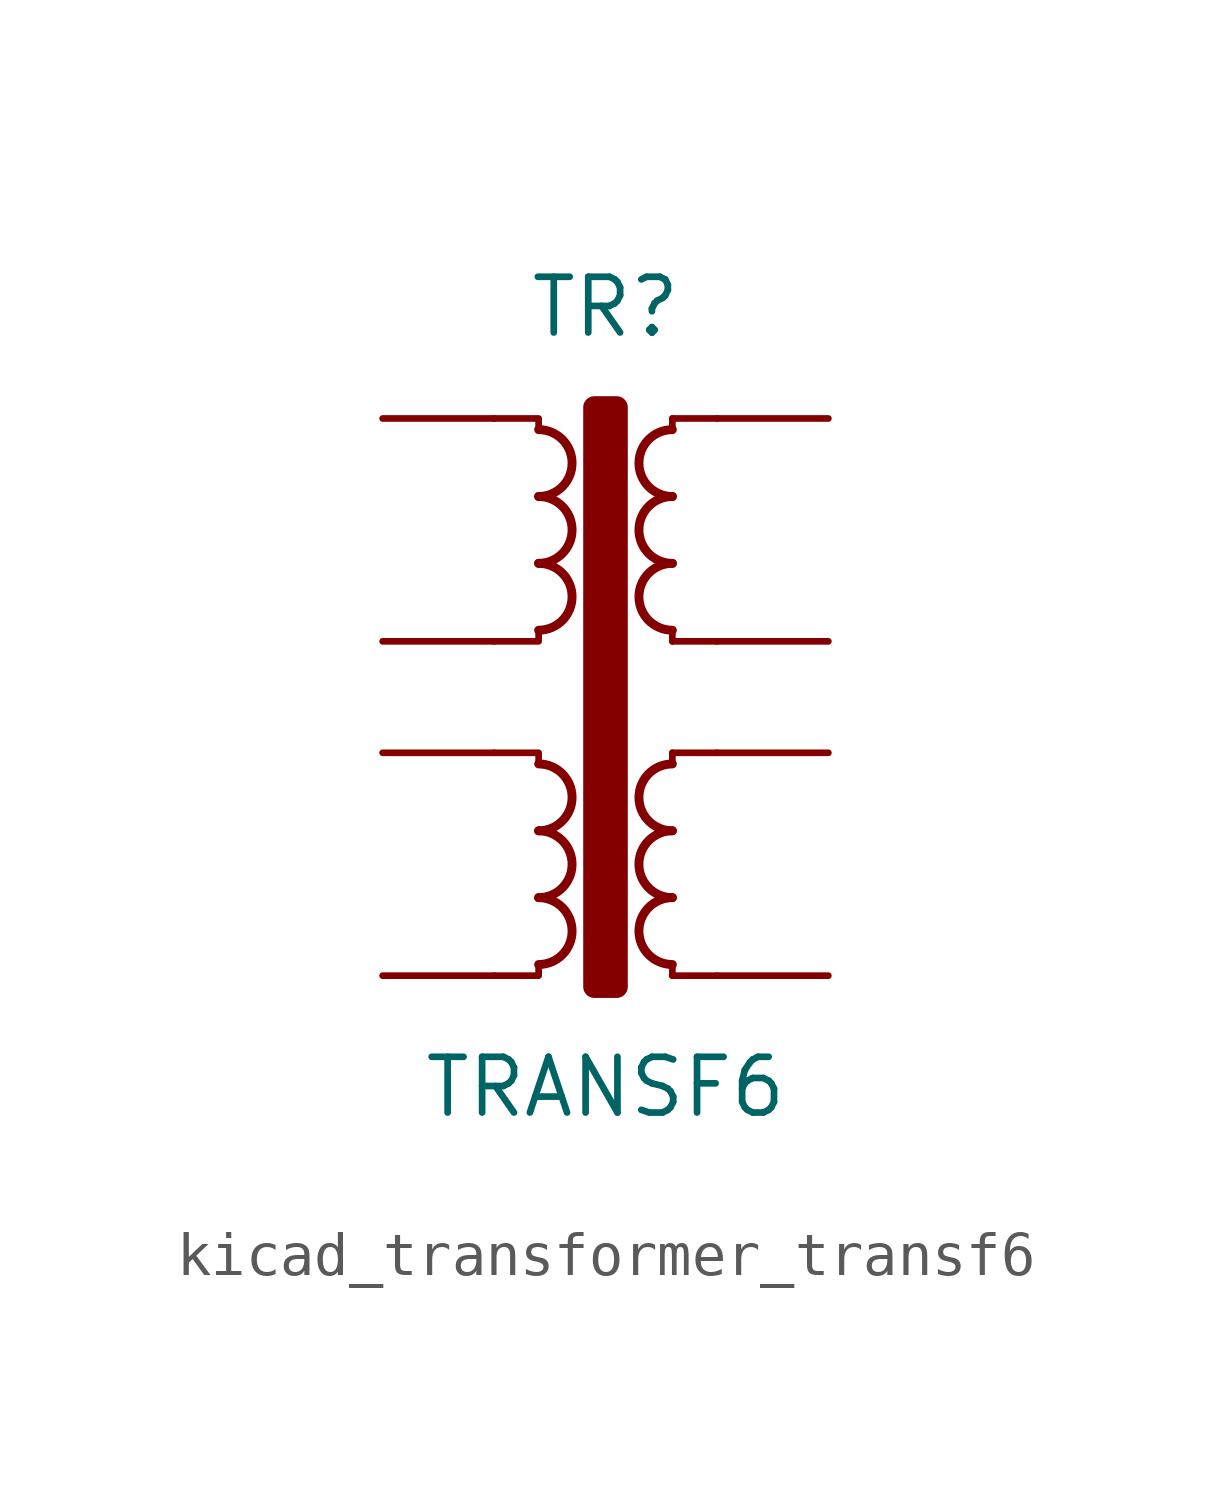
<source format=kicad_sym>
(kicad_symbol_lib
  (version 20220914)
  (generator kicad_symbol_editor)
  (symbol "kicad_transformer_transf6"
    (pin_numbers hide)
    (pin_names
      (offset 0))
    (property "Reference" "TR"
      (at 0 10.16 0)
      (effects (font (size 1.27 1.27))))
    (property "Value" "TRANSF6"
      (at 0 -7.62 0)
      (effects (font (size 1.27 1.27))))
    (symbol "kicad_transformer_transf6_0_1"
      (arc (start -1.524 -4.826) (mid -0.7653 -4.064) (end -1.524 -3.302) (stroke (width 0.2032) (type default)) (fill (type none)))
      (arc (start -1.524 -3.302) (mid -0.7653 -2.54) (end -1.524 -1.778) (stroke (width 0.2032) (type default)) (fill (type none)))
      (arc (start -1.524 -1.778) (mid -0.7653 -1.016) (end -1.524 -0.254) (stroke (width 0.2032) (type default)) (fill (type none)))
      (arc (start -1.524 2.794) (mid -0.7653 3.556) (end -1.524 4.318) (stroke (width 0.2032) (type default)) (fill (type none)))
      (arc (start -1.524 4.318) (mid -0.7653 5.08) (end -1.524 5.842) (stroke (width 0.2032) (type default)) (fill (type none)))
      (arc (start -1.524 5.842) (mid -0.7653 6.604) (end -1.524 7.366) (stroke (width 0.2032) (type default)) (fill (type none)))
      (rectangle (start -0.254 7.874) (end 0.254 -5.334) (stroke (width 0.508) (type default)) (fill (type outline)))
      (polyline (pts (xy 1.524 -4.826) (xy 1.524 -5.08) (xy 1.524 -5.08)) (stroke (width 0) (type default)) (fill (type outline)))
      (polyline (pts (xy 1.524 0) (xy 1.524 -0.254) (xy 1.524 -0.254)) (stroke (width 0) (type default)) (fill (type outline)))
      (polyline (pts (xy 1.524 0) (xy 2.54 0) (xy 2.54 0)) (stroke (width 0) (type default)) (fill (type none)))
      (polyline (pts (xy 1.524 2.54) (xy 1.524 2.794) (xy 1.524 2.794)) (stroke (width 0) (type default)) (fill (type outline)))
      (polyline (pts (xy 1.524 2.54) (xy 2.54 2.54) (xy 2.54 2.54)) (stroke (width 0) (type default)) (fill (type none)))
      (polyline (pts (xy 1.524 7.62) (xy 1.524 7.366) (xy 1.524 7.366)) (stroke (width 0) (type default)) (fill (type outline)))
      (polyline (pts (xy 1.524 7.62) (xy 2.54 7.62) (xy 2.54 7.62)) (stroke (width 0) (type default)) (fill (type none)))
      (polyline (pts (xy 2.54 -5.08) (xy 1.524 -5.08) (xy 1.524 -5.08)) (stroke (width 0) (type default)) (fill (type none)))
      (polyline (pts (xy -1.524 -4.826) (xy -1.524 -5.08) (xy -2.54 -5.08) (xy -2.54 -5.08)) (stroke (width 0) (type default)) (fill (type none)))
      (polyline (pts (xy -1.524 -0.254) (xy -1.524 0) (xy -2.54 0) (xy -2.54 0)) (stroke (width 0) (type default)) (fill (type none)))
      (polyline (pts (xy -1.524 2.794) (xy -1.524 2.54) (xy -2.54 2.54) (xy -2.54 2.54)) (stroke (width 0) (type default)) (fill (type none)))
      (polyline (pts (xy -1.524 7.366) (xy -1.524 7.62) (xy -2.54 7.62) (xy -2.54 7.62)) (stroke (width 0) (type default)) (fill (type none)))
      (arc (start 1.524 -3.302) (mid 0.7653 -4.064) (end 1.524 -4.826) (stroke (width 0.2032) (type default)) (fill (type none)))
      (arc (start 1.524 -1.778) (mid 0.7653 -2.54) (end 1.524 -3.302) (stroke (width 0.2032) (type default)) (fill (type none)))
      (arc (start 1.524 -0.254) (mid 0.7653 -1.016) (end 1.524 -1.778) (stroke (width 0.2032) (type default)) (fill (type none)))
      (arc (start 1.524 4.318) (mid 0.7653 3.556) (end 1.524 2.794) (stroke (width 0.2032) (type default)) (fill (type none)))
      (arc (start 1.524 5.842) (mid 0.7653 5.08) (end 1.524 4.318) (stroke (width 0.2032) (type default)) (fill (type none)))
      (arc (start 1.524 7.366) (mid 0.7653 6.604) (end 1.524 5.842) (stroke (width 0.2032) (type default)) (fill (type none))))
    (symbol "kicad_transformer_transf6_1_1"
      (pin passive line (at -5.08 7.62 0) (length 2.54) (name "~" (effects (font (size 1.27 1.27)))) (number "1" (effects (font (size 1.27 1.27)))))
      (pin passive line (at -5.08 2.54 0) (length 2.54) (name "~" (effects (font (size 1.27 1.27)))) (number "2" (effects (font (size 1.27 1.27)))))
      (pin passive line (at -5.08 0 0) (length 2.54) (name "~" (effects (font (size 1.27 1.27)))) (number "3" (effects (font (size 1.27 1.27)))))
      (pin passive line (at -5.08 -5.08 0) (length 2.54) (name "~" (effects (font (size 1.27 1.27)))) (number "4" (effects (font (size 1.27 1.27)))))
      (pin passive line (at 5.08 -5.08 180) (length 2.54) (name "~" (effects (font (size 1.27 1.27)))) (number "5" (effects (font (size 1.27 1.27)))))
      (pin passive line (at 5.08 0 180) (length 2.54) (name "~" (effects (font (size 1.27 1.27)))) (number "6" (effects (font (size 1.27 1.27)))))
      (pin passive line (at 5.08 2.54 180) (length 2.54) (name "~" (effects (font (size 1.27 1.27)))) (number "7" (effects (font (size 1.27 1.27)))))
      (pin passive line (at 5.08 7.62 180) (length 2.54) (name "~" (effects (font (size 1.27 1.27)))) (number "8" (effects (font (size 1.27 1.27))))))))
</source>
